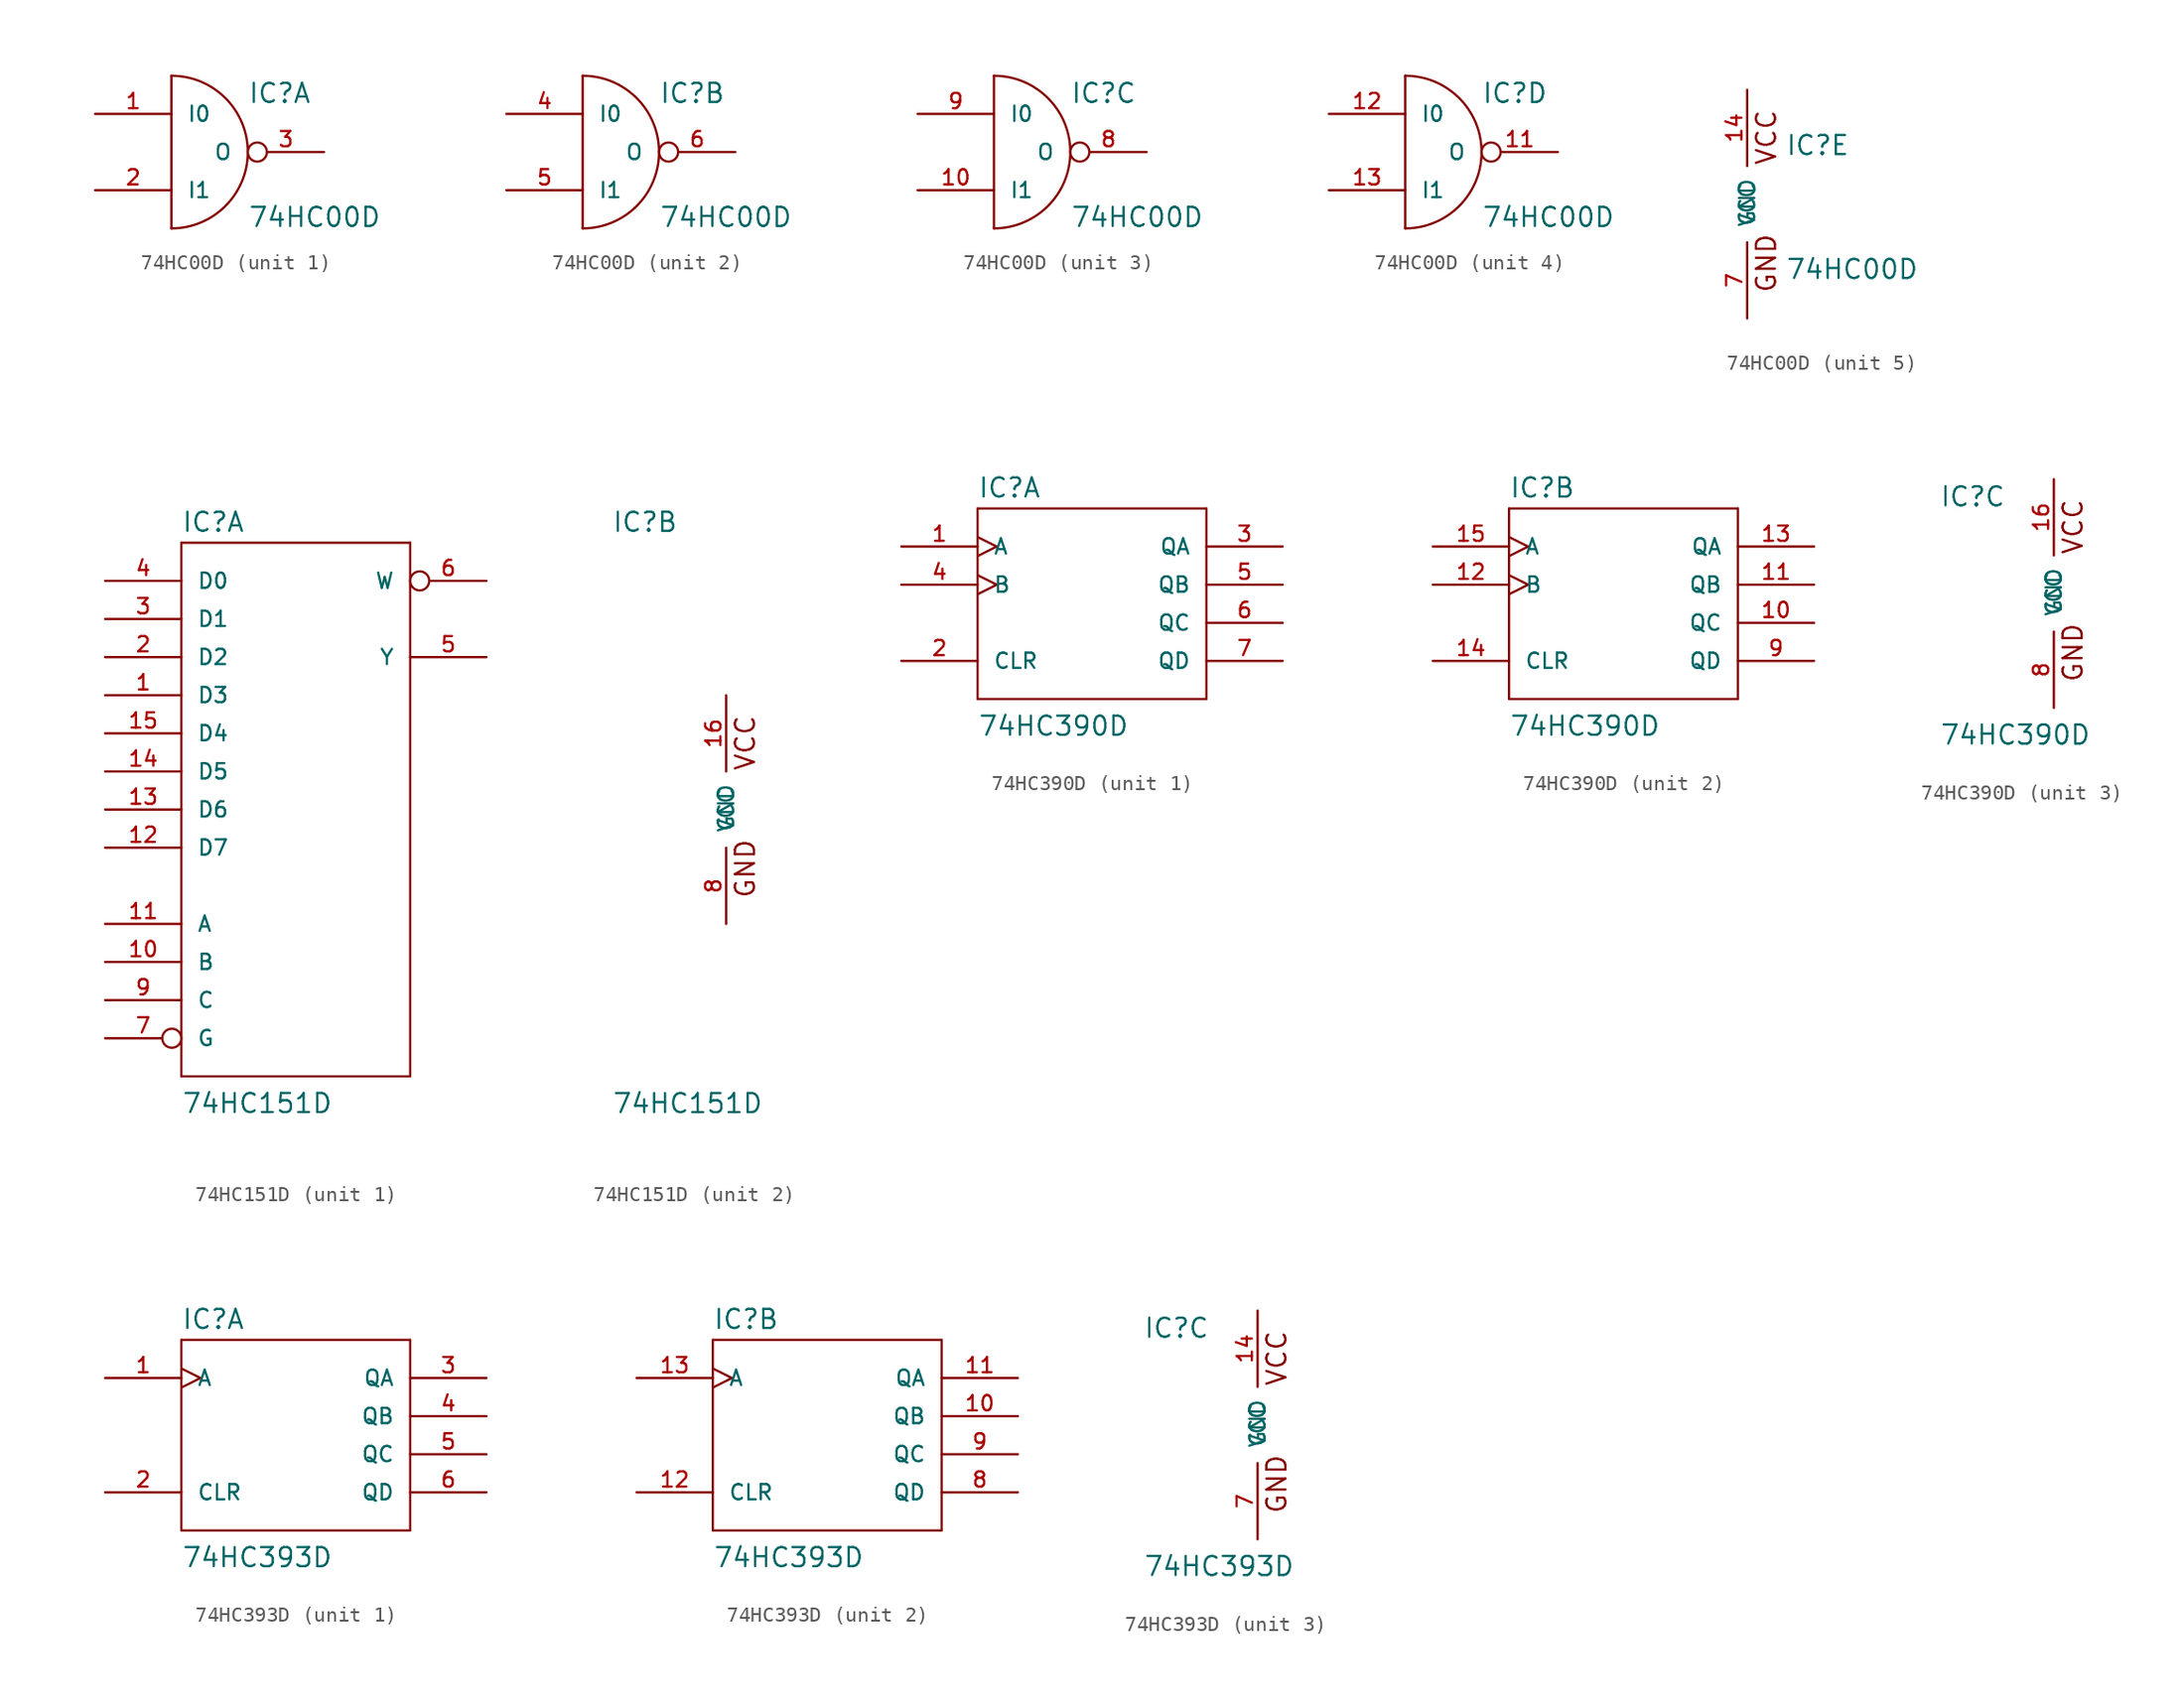
<source format=kicad_sym>
(kicad_symbol_lib
  (version 20231120)
  (generator "kicad_symbol_editor")
  (generator_version "8.0")
  (symbol "74HC00D"
    (pin_names
      (offset 1.016))
    (property "Reference" "IC"
      (at 2.54 3.175 0)
      (effects (font (size 1.27 1.27)) (justify left bottom)))
    (property "Value" "74HC00D"
      (at 2.54 -5.08 0)
      (effects (font (size 1.27 1.27)) (justify left bottom)))
    (property "ki_locked" ""
      (at 0 0 0)
      (effects (font (size 1.27 1.27))))
    (symbol "74HC00D_1_0"
      (polyline (pts (xy -2.54 5.08) (xy -2.54 -5.08)) (stroke (width 0) (type solid)) (fill (type none))))
    (symbol "74HC00D_1_1"
      (arc (start -2.54 -5.08) (mid 2.54 0) (end -2.54 5.08) (stroke (width 0) (type solid)) (fill (type none)))
      (pin input line (at -7.62 2.54 0) (length 5.08) (name "I0" (effects (font (size 1.016 1.016)))) (number "1" (effects (font (size 1.016 1.016)))))
      (pin input line (at -7.62 -2.54 0) (length 5.08) (name "I1" (effects (font (size 1.016 1.016)))) (number "2" (effects (font (size 1.016 1.016)))))
      (pin output inverted (at 7.62 0 180) (length 5.08) (name "O" (effects (font (size 1.016 1.016)))) (number "3" (effects (font (size 1.016 1.016))))))
    (symbol "74HC00D_2_0"
      (polyline (pts (xy -2.54 5.08) (xy -2.54 -5.08)) (stroke (width 0) (type solid)) (fill (type none))))
    (symbol "74HC00D_2_1"
      (arc (start -2.54 -5.08) (mid 2.54 0) (end -2.54 5.08) (stroke (width 0) (type solid)) (fill (type none)))
      (pin input line (at -7.62 2.54 0) (length 5.08) (name "I0" (effects (font (size 1.016 1.016)))) (number "4" (effects (font (size 1.016 1.016)))))
      (pin input line (at -7.62 -2.54 0) (length 5.08) (name "I1" (effects (font (size 1.016 1.016)))) (number "5" (effects (font (size 1.016 1.016)))))
      (pin output inverted (at 7.62 0 180) (length 5.08) (name "O" (effects (font (size 1.016 1.016)))) (number "6" (effects (font (size 1.016 1.016))))))
    (symbol "74HC00D_3_0"
      (polyline (pts (xy -2.54 5.08) (xy -2.54 -5.08)) (stroke (width 0) (type solid)) (fill (type none))))
    (symbol "74HC00D_3_1"
      (arc (start -2.54 -5.08) (mid 2.54 0) (end -2.54 5.08) (stroke (width 0) (type solid)) (fill (type none)))
      (pin input line (at -7.62 -2.54 0) (length 5.08) (name "I1" (effects (font (size 1.016 1.016)))) (number "10" (effects (font (size 1.016 1.016)))))
      (pin output inverted (at 7.62 0 180) (length 5.08) (name "O" (effects (font (size 1.016 1.016)))) (number "8" (effects (font (size 1.016 1.016)))))
      (pin input line (at -7.62 2.54 0) (length 5.08) (name "I0" (effects (font (size 1.016 1.016)))) (number "9" (effects (font (size 1.016 1.016))))))
    (symbol "74HC00D_4_0"
      (polyline (pts (xy -2.54 5.08) (xy -2.54 -5.08)) (stroke (width 0) (type solid)) (fill (type none))))
    (symbol "74HC00D_4_1"
      (arc (start -2.54 -5.08) (mid 2.54 0) (end -2.54 5.08) (stroke (width 0) (type solid)) (fill (type none)))
      (pin output inverted (at 7.62 0 180) (length 5.08) (name "O" (effects (font (size 1.016 1.016)))) (number "11" (effects (font (size 1.016 1.016)))))
      (pin input line (at -7.62 2.54 0) (length 5.08) (name "I0" (effects (font (size 1.016 1.016)))) (number "12" (effects (font (size 1.016 1.016)))))
      (pin input line (at -7.62 -2.54 0) (length 5.08) (name "I1" (effects (font (size 1.016 1.016)))) (number "13" (effects (font (size 1.016 1.016))))))
    (symbol "74HC00D_5_0"
      (text "GND" (at 1.27 -3.937 1) (effects (font (size 1.27 1.27))))
      (text "VCC" (at 1.27 4.445 1) (effects (font (size 1.27 1.27)))))
    (symbol "74HC00D_5_1"
      (pin power_in line (at 0 7.62 270) (length 5.08) (name "VCC" (effects (font (size 1.016 1.016)))) (number "14" (effects (font (size 1.016 1.016)))))
      (pin power_in line (at 0 -7.62 90) (length 5.08) (name "GND" (effects (font (size 1.016 1.016)))) (number "7" (effects (font (size 1.016 1.016)))))))
  (symbol "74HC151D"
    (pin_names
      (offset 1.016))
    (property "Reference" "IC"
      (at -7.62 18.415 0)
      (effects (font (size 1.27 1.27)) (justify left bottom)))
    (property "Value" "74HC151D"
      (at -7.62 -20.32 0)
      (effects (font (size 1.27 1.27)) (justify left bottom)))
    (property "ki_locked" ""
      (at 0 0 0)
      (effects (font (size 1.27 1.27))))
    (symbol "74HC151D_1_0"
      (polyline (pts (xy -7.62 -17.78) (xy 7.62 -17.78)) (stroke (width 0) (type solid)) (fill (type none)))
      (polyline (pts (xy -7.62 17.78) (xy -7.62 -17.78)) (stroke (width 0) (type solid)) (fill (type none)))
      (polyline (pts (xy 7.62 -17.78) (xy 7.62 17.78)) (stroke (width 0) (type solid)) (fill (type none)))
      (polyline (pts (xy 7.62 17.78) (xy -7.62 17.78)) (stroke (width 0) (type solid)) (fill (type none))))
    (symbol "74HC151D_1_1"
      (pin input line (at -12.7 7.62 0) (length 5.08) (name "D3" (effects (font (size 1.016 1.016)))) (number "1" (effects (font (size 1.016 1.016)))))
      (pin input line (at -12.7 -10.16 0) (length 5.08) (name "B" (effects (font (size 1.016 1.016)))) (number "10" (effects (font (size 1.016 1.016)))))
      (pin input line (at -12.7 -7.62 0) (length 5.08) (name "A" (effects (font (size 1.016 1.016)))) (number "11" (effects (font (size 1.016 1.016)))))
      (pin input line (at -12.7 -2.54 0) (length 5.08) (name "D7" (effects (font (size 1.016 1.016)))) (number "12" (effects (font (size 1.016 1.016)))))
      (pin input line (at -12.7 0 0) (length 5.08) (name "D6" (effects (font (size 1.016 1.016)))) (number "13" (effects (font (size 1.016 1.016)))))
      (pin input line (at -12.7 2.54 0) (length 5.08) (name "D5" (effects (font (size 1.016 1.016)))) (number "14" (effects (font (size 1.016 1.016)))))
      (pin input line (at -12.7 5.08 0) (length 5.08) (name "D4" (effects (font (size 1.016 1.016)))) (number "15" (effects (font (size 1.016 1.016)))))
      (pin input line (at -12.7 10.16 0) (length 5.08) (name "D2" (effects (font (size 1.016 1.016)))) (number "2" (effects (font (size 1.016 1.016)))))
      (pin input line (at -12.7 12.7 0) (length 5.08) (name "D1" (effects (font (size 1.016 1.016)))) (number "3" (effects (font (size 1.016 1.016)))))
      (pin input line (at -12.7 15.24 0) (length 5.08) (name "D0" (effects (font (size 1.016 1.016)))) (number "4" (effects (font (size 1.016 1.016)))))
      (pin output line (at 12.7 10.16 180) (length 5.08) (name "Y" (effects (font (size 1.016 1.016)))) (number "5" (effects (font (size 1.016 1.016)))))
      (pin output inverted (at 12.7 15.24 180) (length 5.08) (name "W" (effects (font (size 1.016 1.016)))) (number "6" (effects (font (size 1.016 1.016)))))
      (pin input inverted (at -12.7 -15.24 0) (length 5.08) (name "G" (effects (font (size 1.016 1.016)))) (number "7" (effects (font (size 1.016 1.016)))))
      (pin input line (at -12.7 -12.7 0) (length 5.08) (name "C" (effects (font (size 1.016 1.016)))) (number "9" (effects (font (size 1.016 1.016))))))
    (symbol "74HC151D_2_0"
      (text "GND" (at 1.27 -3.937 1) (effects (font (size 1.27 1.27))))
      (text "VCC" (at 1.27 4.445 1) (effects (font (size 1.27 1.27)))))
    (symbol "74HC151D_2_1"
      (pin power_in line (at 0 7.62 270) (length 5.08) (name "VCC" (effects (font (size 1.016 1.016)))) (number "16" (effects (font (size 1.016 1.016)))))
      (pin power_in line (at 0 -7.62 90) (length 5.08) (name "GND" (effects (font (size 1.016 1.016)))) (number "8" (effects (font (size 1.016 1.016)))))))
  (symbol "74HC390D"
    (pin_names
      (offset 1.016))
    (property "Reference" "IC"
      (at -7.62 5.715 0)
      (effects (font (size 1.27 1.27)) (justify left bottom)))
    (property "Value" "74HC390D"
      (at -7.62 -10.16 0)
      (effects (font (size 1.27 1.27)) (justify left bottom)))
    (property "ki_locked" ""
      (at 0 0 0)
      (effects (font (size 1.27 1.27))))
    (symbol "74HC390D_1_0"
      (polyline (pts (xy -7.62 -7.62) (xy 7.62 -7.62)) (stroke (width 0) (type solid)) (fill (type none)))
      (polyline (pts (xy -7.62 5.08) (xy -7.62 -7.62)) (stroke (width 0) (type solid)) (fill (type none)))
      (polyline (pts (xy 7.62 -7.62) (xy 7.62 5.08)) (stroke (width 0) (type solid)) (fill (type none)))
      (polyline (pts (xy 7.62 5.08) (xy -7.62 5.08)) (stroke (width 0) (type solid)) (fill (type none))))
    (symbol "74HC390D_1_1"
      (pin input clock (at -12.7 2.54 0) (length 5.08) (name "A" (effects (font (size 1.016 1.016)))) (number "1" (effects (font (size 1.016 1.016)))))
      (pin input line (at -12.7 -5.08 0) (length 5.08) (name "CLR" (effects (font (size 1.016 1.016)))) (number "2" (effects (font (size 1.016 1.016)))))
      (pin output line (at 12.7 2.54 180) (length 5.08) (name "QA" (effects (font (size 1.016 1.016)))) (number "3" (effects (font (size 1.016 1.016)))))
      (pin input clock (at -12.7 0 0) (length 5.08) (name "B" (effects (font (size 1.016 1.016)))) (number "4" (effects (font (size 1.016 1.016)))))
      (pin output line (at 12.7 0 180) (length 5.08) (name "QB" (effects (font (size 1.016 1.016)))) (number "5" (effects (font (size 1.016 1.016)))))
      (pin output line (at 12.7 -2.54 180) (length 5.08) (name "QC" (effects (font (size 1.016 1.016)))) (number "6" (effects (font (size 1.016 1.016)))))
      (pin output line (at 12.7 -5.08 180) (length 5.08) (name "QD" (effects (font (size 1.016 1.016)))) (number "7" (effects (font (size 1.016 1.016))))))
    (symbol "74HC390D_2_0"
      (polyline (pts (xy -7.62 -7.62) (xy 7.62 -7.62)) (stroke (width 0) (type solid)) (fill (type none)))
      (polyline (pts (xy -7.62 5.08) (xy -7.62 -7.62)) (stroke (width 0) (type solid)) (fill (type none)))
      (polyline (pts (xy 7.62 -7.62) (xy 7.62 5.08)) (stroke (width 0) (type solid)) (fill (type none)))
      (polyline (pts (xy 7.62 5.08) (xy -7.62 5.08)) (stroke (width 0) (type solid)) (fill (type none))))
    (symbol "74HC390D_2_1"
      (pin output line (at 12.7 -2.54 180) (length 5.08) (name "QC" (effects (font (size 1.016 1.016)))) (number "10" (effects (font (size 1.016 1.016)))))
      (pin output line (at 12.7 0 180) (length 5.08) (name "QB" (effects (font (size 1.016 1.016)))) (number "11" (effects (font (size 1.016 1.016)))))
      (pin input clock (at -12.7 0 0) (length 5.08) (name "B" (effects (font (size 1.016 1.016)))) (number "12" (effects (font (size 1.016 1.016)))))
      (pin output line (at 12.7 2.54 180) (length 5.08) (name "QA" (effects (font (size 1.016 1.016)))) (number "13" (effects (font (size 1.016 1.016)))))
      (pin input line (at -12.7 -5.08 0) (length 5.08) (name "CLR" (effects (font (size 1.016 1.016)))) (number "14" (effects (font (size 1.016 1.016)))))
      (pin input clock (at -12.7 2.54 0) (length 5.08) (name "A" (effects (font (size 1.016 1.016)))) (number "15" (effects (font (size 1.016 1.016)))))
      (pin output line (at 12.7 -5.08 180) (length 5.08) (name "QD" (effects (font (size 1.016 1.016)))) (number "9" (effects (font (size 1.016 1.016))))))
    (symbol "74HC390D_3_0"
      (text "GND" (at 1.27 -3.937 1) (effects (font (size 1.27 1.27))))
      (text "VCC" (at 1.27 4.445 1) (effects (font (size 1.27 1.27)))))
    (symbol "74HC390D_3_1"
      (pin power_in line (at 0 7.62 270) (length 5.08) (name "VCC" (effects (font (size 1.016 1.016)))) (number "16" (effects (font (size 1.016 1.016)))))
      (pin power_in line (at 0 -7.62 90) (length 5.08) (name "GND" (effects (font (size 1.016 1.016)))) (number "8" (effects (font (size 1.016 1.016)))))))
  (symbol "74HC393D"
    (pin_names
      (offset 1.016))
    (property "Reference" "IC"
      (at -7.62 5.715 0)
      (effects (font (size 1.27 1.27)) (justify left bottom)))
    (property "Value" "74HC393D"
      (at -7.62 -10.16 0)
      (effects (font (size 1.27 1.27)) (justify left bottom)))
    (property "ki_locked" ""
      (at 0 0 0)
      (effects (font (size 1.27 1.27))))
    (symbol "74HC393D_1_0"
      (polyline (pts (xy -7.62 -7.62) (xy 7.62 -7.62)) (stroke (width 0) (type solid)) (fill (type none)))
      (polyline (pts (xy -7.62 5.08) (xy -7.62 -7.62)) (stroke (width 0) (type solid)) (fill (type none)))
      (polyline (pts (xy 7.62 -7.62) (xy 7.62 5.08)) (stroke (width 0) (type solid)) (fill (type none)))
      (polyline (pts (xy 7.62 5.08) (xy -7.62 5.08)) (stroke (width 0) (type solid)) (fill (type none))))
    (symbol "74HC393D_1_1"
      (pin input clock (at -12.7 2.54 0) (length 5.08) (name "A" (effects (font (size 1.016 1.016)))) (number "1" (effects (font (size 1.016 1.016)))))
      (pin input line (at -12.7 -5.08 0) (length 5.08) (name "CLR" (effects (font (size 1.016 1.016)))) (number "2" (effects (font (size 1.016 1.016)))))
      (pin output line (at 12.7 2.54 180) (length 5.08) (name "QA" (effects (font (size 1.016 1.016)))) (number "3" (effects (font (size 1.016 1.016)))))
      (pin output line (at 12.7 0 180) (length 5.08) (name "QB" (effects (font (size 1.016 1.016)))) (number "4" (effects (font (size 1.016 1.016)))))
      (pin output line (at 12.7 -2.54 180) (length 5.08) (name "QC" (effects (font (size 1.016 1.016)))) (number "5" (effects (font (size 1.016 1.016)))))
      (pin output line (at 12.7 -5.08 180) (length 5.08) (name "QD" (effects (font (size 1.016 1.016)))) (number "6" (effects (font (size 1.016 1.016))))))
    (symbol "74HC393D_2_0"
      (polyline (pts (xy -7.62 -7.62) (xy 7.62 -7.62)) (stroke (width 0) (type solid)) (fill (type none)))
      (polyline (pts (xy -7.62 5.08) (xy -7.62 -7.62)) (stroke (width 0) (type solid)) (fill (type none)))
      (polyline (pts (xy 7.62 -7.62) (xy 7.62 5.08)) (stroke (width 0) (type solid)) (fill (type none)))
      (polyline (pts (xy 7.62 5.08) (xy -7.62 5.08)) (stroke (width 0) (type solid)) (fill (type none))))
    (symbol "74HC393D_2_1"
      (pin output line (at 12.7 0 180) (length 5.08) (name "QB" (effects (font (size 1.016 1.016)))) (number "10" (effects (font (size 1.016 1.016)))))
      (pin output line (at 12.7 2.54 180) (length 5.08) (name "QA" (effects (font (size 1.016 1.016)))) (number "11" (effects (font (size 1.016 1.016)))))
      (pin input line (at -12.7 -5.08 0) (length 5.08) (name "CLR" (effects (font (size 1.016 1.016)))) (number "12" (effects (font (size 1.016 1.016)))))
      (pin input clock (at -12.7 2.54 0) (length 5.08) (name "A" (effects (font (size 1.016 1.016)))) (number "13" (effects (font (size 1.016 1.016)))))
      (pin output line (at 12.7 -5.08 180) (length 5.08) (name "QD" (effects (font (size 1.016 1.016)))) (number "8" (effects (font (size 1.016 1.016)))))
      (pin output line (at 12.7 -2.54 180) (length 5.08) (name "QC" (effects (font (size 1.016 1.016)))) (number "9" (effects (font (size 1.016 1.016))))))
    (symbol "74HC393D_3_0"
      (text "GND" (at 1.27 -3.937 1) (effects (font (size 1.27 1.27))))
      (text "VCC" (at 1.27 4.445 1) (effects (font (size 1.27 1.27)))))
    (symbol "74HC393D_3_1"
      (pin power_in line (at 0 7.62 270) (length 5.08) (name "VCC" (effects (font (size 1.016 1.016)))) (number "14" (effects (font (size 1.016 1.016)))))
      (pin power_in line (at 0 -7.62 90) (length 5.08) (name "GND" (effects (font (size 1.016 1.016)))) (number "7" (effects (font (size 1.016 1.016))))))))
</source>
